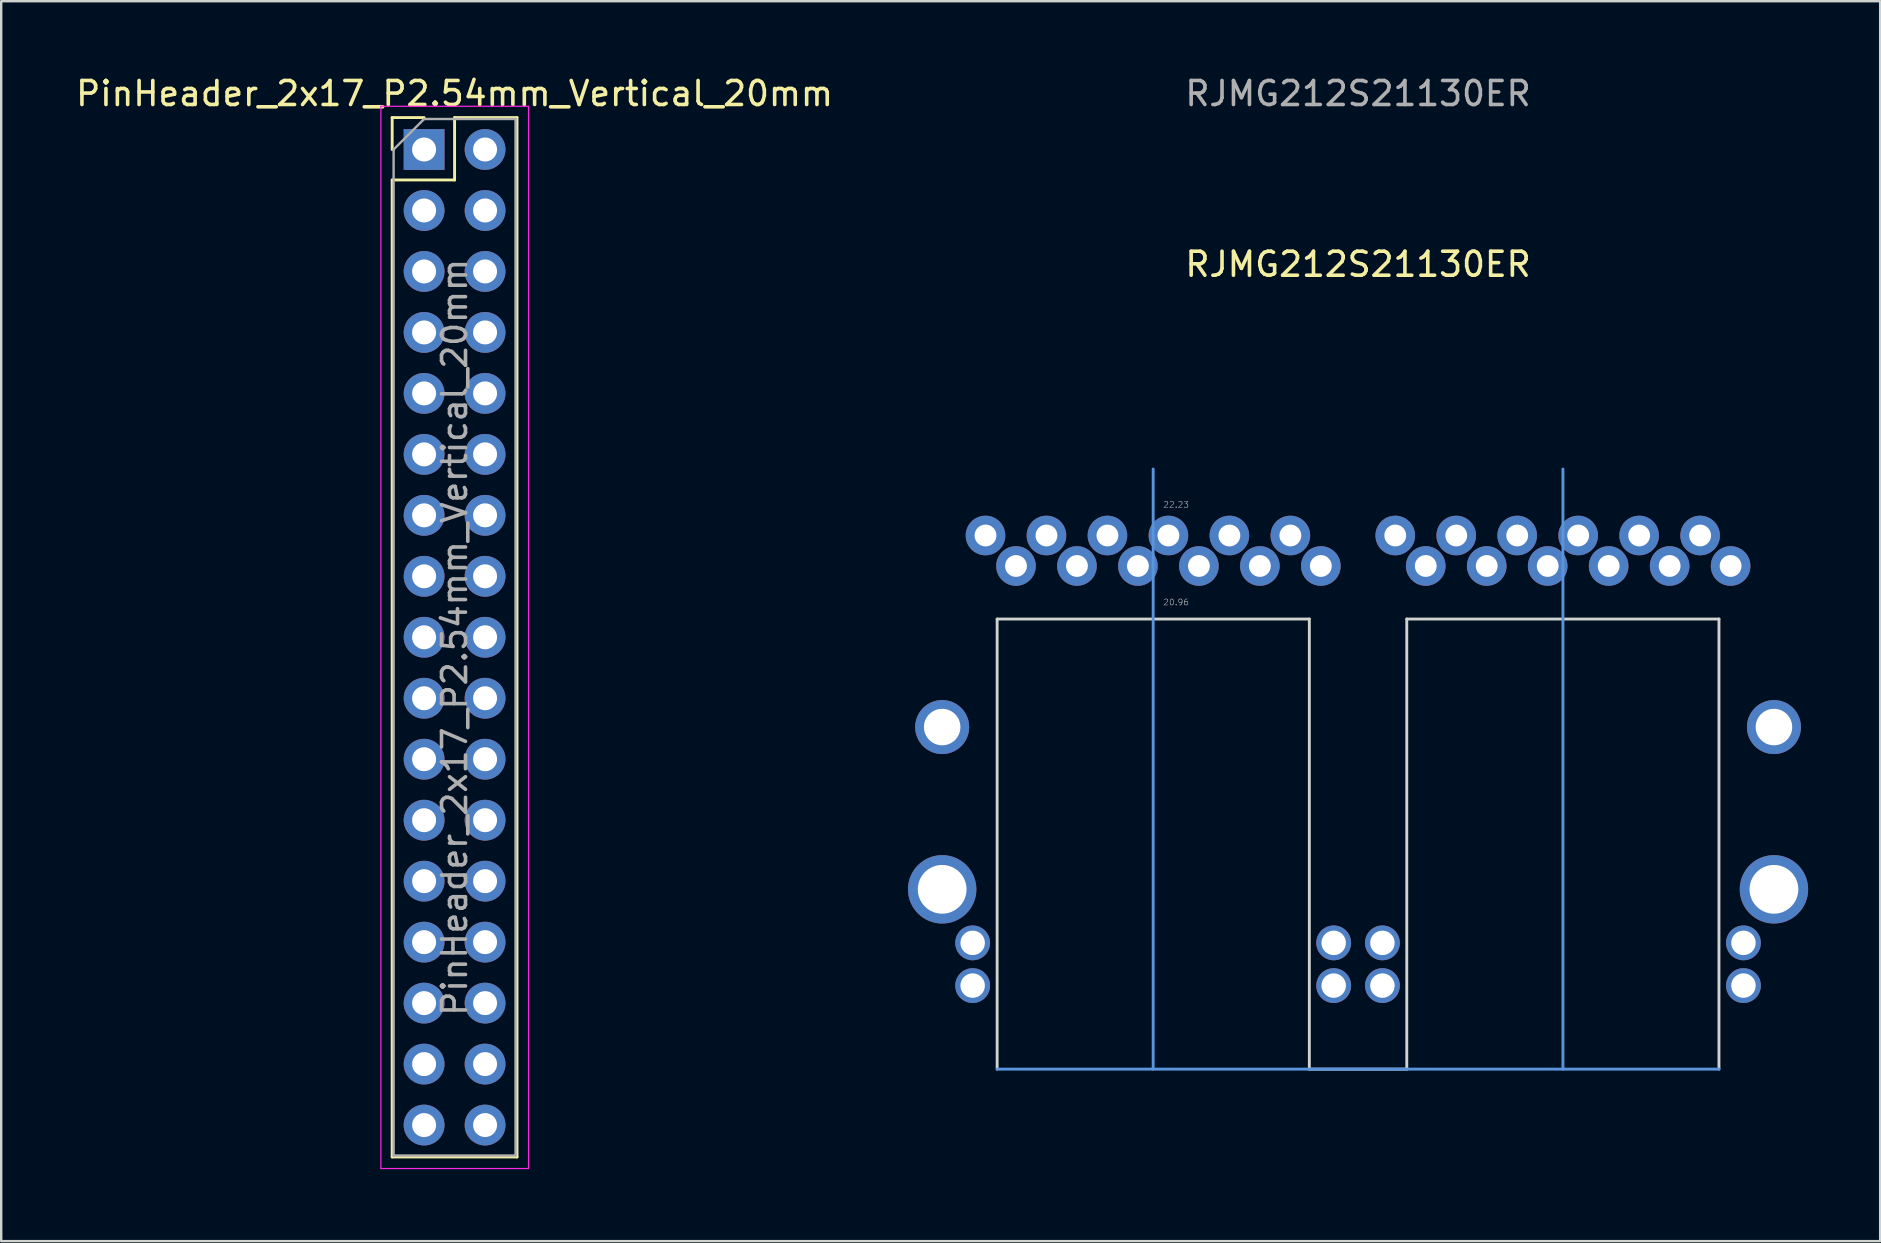
<source format=kicad_pcb>
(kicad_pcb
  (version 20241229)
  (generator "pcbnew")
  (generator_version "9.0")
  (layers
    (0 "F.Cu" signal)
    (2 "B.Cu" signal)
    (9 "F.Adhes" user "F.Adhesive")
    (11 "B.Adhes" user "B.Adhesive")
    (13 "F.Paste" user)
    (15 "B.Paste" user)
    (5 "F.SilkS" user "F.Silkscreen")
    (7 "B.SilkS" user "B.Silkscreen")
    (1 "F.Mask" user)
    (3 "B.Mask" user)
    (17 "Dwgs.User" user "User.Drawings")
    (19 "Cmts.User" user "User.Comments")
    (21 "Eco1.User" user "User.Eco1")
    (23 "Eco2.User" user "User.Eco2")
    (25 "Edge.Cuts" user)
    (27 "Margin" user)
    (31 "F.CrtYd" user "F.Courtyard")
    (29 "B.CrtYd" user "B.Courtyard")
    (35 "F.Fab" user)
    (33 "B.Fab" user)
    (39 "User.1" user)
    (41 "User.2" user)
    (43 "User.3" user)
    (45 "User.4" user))
  (footprint "RJMG212S21130ER"
    (layer "F.Cu")
    (at 53.524 41.488)
    (property "Reference" "RJMG212S21130ER" (at 0 -33.528 0) (unlocked yes) (layer "F.SilkS") (effects (font (size 1 1) (thickness 0.15))))
    (attr through_hole)
    (fp_line (start -15.035 0) (end 15.035 0) (stroke (width 0.12) (type default)) (layer "Cmts.User"))
    (fp_line (start -8.535 0) (end -8.535 -25) (stroke (width 0.12) (type default)) (layer "Cmts.User"))
    (fp_line (start 8.535 -25) (end 8.535 0) (stroke (width 0.12) (type default)) (layer "Cmts.User"))
    (fp_line (start -15.035 -18.75) (end -15.035 0) (stroke (width 0.12) (type default)) (layer "Edge.Cuts"))
    (fp_line (start -15.035 -18.75) (end -2.03 -18.75) (stroke (width 0.12) (type default)) (layer "Edge.Cuts"))
    (fp_line (start -2.03 0) (end -2.03 -18.75) (stroke (width 0.12) (type default)) (layer "Edge.Cuts"))
    (fp_line (start -2.028 0) (end 2.032 0) (stroke (width 0.12) (type default)) (layer "Edge.Cuts"))
    (fp_line (start 2.03 -18.75) (end 2.03 0) (stroke (width 0.12) (type default)) (layer "Edge.Cuts"))
    (fp_line (start 2.03 -18.75) (end 15.035 -18.75) (stroke (width 0.12) (type default)) (layer "Edge.Cuts"))
    (fp_line (start 15.035 0) (end 15.035 -18.75) (stroke (width 0.12) (type default)) (layer "Edge.Cuts"))
    (fp_text user "20.96" (at -8.128 -19.304 0) (unlocked yes) (layer "Dwgs.User") (effects (font (size 0.25 0.25) (thickness 0.02)) (justify left bottom)))
    (fp_text user "22.23" (at -8.128 -23.368 0) (unlocked yes) (layer "Dwgs.User") (effects (font (size 0.25 0.25) (thickness 0.02)) (justify left bottom)))
    (fp_text user "${REFERENCE}" (at 0 -40.64 0) (unlocked yes) (layer "F.Fab") (effects (font (size 1 1) (thickness 0.15))))
    (pad "A1" thru_hole circle (at 15.52 -20.96 180) (size 1.65 1.65) (drill 0.91) (layers "*.Cu" "*.Mask"))
    (pad "A2" thru_hole circle (at 14.25 -22.23 180) (size 1.65 1.65) (drill 0.91) (layers "*.Cu" "*.Mask"))
    (pad "A3" thru_hole circle (at 12.98 -20.96 180) (size 1.65 1.65) (drill 0.91) (layers "*.Cu" "*.Mask"))
    (pad "A4" thru_hole circle (at 11.71 -22.23 180) (size 1.65 1.65) (drill 0.91) (layers "*.Cu" "*.Mask"))
    (pad "A5" thru_hole circle (at 10.44 -20.96 180) (size 1.65 1.65) (drill 0.91) (layers "*.Cu" "*.Mask"))
    (pad "A6" thru_hole circle (at 9.17 -22.23 180) (size 1.65 1.65) (drill 0.91) (layers "*.Cu" "*.Mask"))
    (pad "A7" thru_hole circle (at 7.9 -20.96 180) (size 1.65 1.65) (drill 0.91) (layers "*.Cu" "*.Mask"))
    (pad "A8" thru_hole circle (at 6.63 -22.23 180) (size 1.65 1.65) (drill 0.91) (layers "*.Cu" "*.Mask"))
    (pad "A9" thru_hole circle (at 5.36 -20.96 180) (size 1.65 1.65) (drill 0.91) (layers "*.Cu" "*.Mask"))
    (pad "A10" thru_hole circle (at 4.09 -22.23 180) (size 1.65 1.65) (drill 0.91) (layers "*.Cu" "*.Mask"))
    (pad "A11" thru_hole circle (at 2.82 -20.96 180) (size 1.65 1.65) (drill 0.91) (layers "*.Cu" "*.Mask"))
    (pad "A12" thru_hole circle (at 1.55 -22.23 180) (size 1.65 1.65) (drill 0.91) (layers "*.Cu" "*.Mask"))
    (pad "AL1" thru_hole circle (at 1.015 -5.26) (size 1.45 1.45) (drill 1.02) (layers "*.Cu" "*.Mask"))
    (pad "AL2" thru_hole circle (at 1.015 -3.48) (size 1.45 1.45) (drill 1.02) (layers "*.Cu" "*.Mask"))
    (pad "AL3" thru_hole circle (at 16.055 -5.26) (size 1.45 1.45) (drill 1.02) (layers "*.Cu" "*.Mask"))
    (pad "AL4" thru_hole circle (at 16.055 -3.48) (size 1.45 1.45) (drill 1.02) (layers "*.Cu" "*.Mask"))
    (pad "B1" thru_hole circle (at -1.55 -20.96 180) (size 1.65 1.65) (drill 0.91) (layers "*.Cu" "*.Mask"))
    (pad "B2" thru_hole circle (at -2.82 -22.23 180) (size 1.65 1.65) (drill 0.91) (layers "*.Cu" "*.Mask"))
    (pad "B3" thru_hole circle (at -4.09 -20.96 180) (size 1.65 1.65) (drill 0.91) (layers "*.Cu" "*.Mask"))
    (pad "B4" thru_hole circle (at -5.36 -22.23 180) (size 1.65 1.65) (drill 0.91) (layers "*.Cu" "*.Mask"))
    (pad "B5" thru_hole circle (at -6.63 -20.96 180) (size 1.65 1.65) (drill 0.91) (layers "*.Cu" "*.Mask"))
    (pad "B6" thru_hole circle (at -7.9 -22.23 180) (size 1.65 1.65) (drill 0.91) (layers "*.Cu" "*.Mask"))
    (pad "B7" thru_hole circle (at -9.17 -20.96 180) (size 1.65 1.65) (drill 0.91) (layers "*.Cu" "*.Mask"))
    (pad "B8" thru_hole circle (at -10.44 -22.23 180) (size 1.65 1.65) (drill 0.91) (layers "*.Cu" "*.Mask"))
    (pad "B9" thru_hole circle (at -11.71 -20.96 180) (size 1.65 1.65) (drill 0.91) (layers "*.Cu" "*.Mask"))
    (pad "B10" thru_hole circle (at -12.98 -22.23 180) (size 1.65 1.65) (drill 0.91) (layers "*.Cu" "*.Mask"))
    (pad "B11" thru_hole circle (at -14.25 -20.96 180) (size 1.65 1.65) (drill 0.91) (layers "*.Cu" "*.Mask"))
    (pad "B12" thru_hole circle (at -15.52 -22.23 180) (size 1.65 1.65) (drill 0.91) (layers "*.Cu" "*.Mask"))
    (pad "BL1" thru_hole circle (at -1.015 -5.26) (size 1.45 1.45) (drill 1.02) (layers "*.Cu" "*.Mask"))
    (pad "BL2" thru_hole circle (at -1.015 -3.48) (size 1.45 1.45) (drill 1.02) (layers "*.Cu" "*.Mask"))
    (pad "BL3" thru_hole circle (at -16.055 -5.26) (size 1.45 1.45) (drill 1.02) (layers "*.Cu" "*.Mask"))
    (pad "BL4" thru_hole circle (at -16.055 -3.48) (size 1.45 1.45) (drill 1.02) (layers "*.Cu" "*.Mask"))
    (pad "SH" thru_hole circle (at -17.325 -14.25) (size 2.25 2.25) (drill 1.52) (layers "*.Cu" "*.Mask"))
    (pad "SH" thru_hole circle (at -17.325 -7.49) (size 2.85 2.85) (drill 2.03) (layers "*.Cu" "*.Mask"))
    (pad "SH" thru_hole circle (at 17.325 -14.25) (size 2.25 2.25) (drill 1.52) (layers "*.Cu" "*.Mask"))
    (pad "SH" thru_hole circle (at 17.325 -7.49) (size 2.85 2.85) (drill 2.03) (layers "*.Cu" "*.Mask")))
  (footprint "PinHeader_2x17_P2.54mm_Vertical_20mm"
    (layer "F.Cu")
    (at 14.617 3.178)
    (property "Reference" "PinHeader_2x17_P2.54mm_Vertical_20mm" (at 1.27 -2.33 0) (layer "F.SilkS") (effects (font (size 1 1) (thickness 0.15))))
    (attr through_hole)
    (fp_line (start -1.33 -1.33) (end 0 -1.33) (stroke (width 0.12) (type solid)) (layer "F.SilkS"))
    (fp_line (start -1.33 0) (end -1.33 -1.33) (stroke (width 0.12) (type solid)) (layer "F.SilkS"))
    (fp_line (start -1.33 1.27) (end -1.33 41.97) (stroke (width 0.12) (type solid)) (layer "F.SilkS"))
    (fp_line (start -1.33 1.27) (end 1.27 1.27) (stroke (width 0.12) (type solid)) (layer "F.SilkS"))
    (fp_line (start -1.33 41.97) (end 3.87 41.97) (stroke (width 0.12) (type solid)) (layer "F.SilkS"))
    (fp_line (start 1.27 -1.33) (end 3.87 -1.33) (stroke (width 0.12) (type solid)) (layer "F.SilkS"))
    (fp_line (start 1.27 1.27) (end 1.27 -1.33) (stroke (width 0.12) (type solid)) (layer "F.SilkS"))
    (fp_line (start 3.87 -1.33) (end 3.87 41.97) (stroke (width 0.12) (type solid)) (layer "F.SilkS"))
    (fp_line (start -1.8 -1.8) (end -1.8 42.45) (stroke (width 0.05) (type solid)) (layer "F.CrtYd"))
    (fp_line (start -1.8 42.45) (end 4.35 42.45) (stroke (width 0.05) (type solid)) (layer "F.CrtYd"))
    (fp_line (start 4.35 -1.8) (end -1.8 -1.8) (stroke (width 0.05) (type solid)) (layer "F.CrtYd"))
    (fp_line (start 4.35 42.45) (end 4.35 -1.8) (stroke (width 0.05) (type solid)) (layer "F.CrtYd"))
    (fp_line (start -1.27 0) (end 0 -1.27) (stroke (width 0.1) (type solid)) (layer "F.Fab"))
    (fp_line (start -1.27 41.91) (end -1.27 0) (stroke (width 0.1) (type solid)) (layer "F.Fab"))
    (fp_line (start 0 -1.27) (end 3.81 -1.27) (stroke (width 0.1) (type solid)) (layer "F.Fab"))
    (fp_line (start 3.81 -1.27) (end 3.81 41.91) (stroke (width 0.1) (type solid)) (layer "F.Fab"))
    (fp_line (start 3.81 41.91) (end -1.27 41.91) (stroke (width 0.1) (type solid)) (layer "F.Fab"))
    (fp_text user "${REFERENCE}" (at 1.27 20.32 90) (layer "F.Fab") (effects (font (size 1 1) (thickness 0.15))))
    (pad "1" thru_hole rect (at 0 0) (size 1.7 1.7) (drill 1) (layers "*.Cu" "*.Mask"))
    (pad "2" thru_hole oval (at 2.54 0) (size 1.7 1.7) (drill 1) (layers "*.Cu" "*.Mask"))
    (pad "3" thru_hole oval (at 0 2.54) (size 1.7 1.7) (drill 1) (layers "*.Cu" "*.Mask"))
    (pad "4" thru_hole oval (at 2.54 2.54) (size 1.7 1.7) (drill 1) (layers "*.Cu" "*.Mask"))
    (pad "5" thru_hole oval (at 0 5.08) (size 1.7 1.7) (drill 1) (layers "*.Cu" "*.Mask"))
    (pad "6" thru_hole oval (at 2.54 5.08) (size 1.7 1.7) (drill 1) (layers "*.Cu" "*.Mask"))
    (pad "7" thru_hole oval (at 0 7.62) (size 1.7 1.7) (drill 1) (layers "*.Cu" "*.Mask"))
    (pad "8" thru_hole oval (at 2.54 7.62) (size 1.7 1.7) (drill 1) (layers "*.Cu" "*.Mask"))
    (pad "9" thru_hole oval (at 0 10.16) (size 1.7 1.7) (drill 1) (layers "*.Cu" "*.Mask"))
    (pad "10" thru_hole oval (at 2.54 10.16) (size 1.7 1.7) (drill 1) (layers "*.Cu" "*.Mask"))
    (pad "11" thru_hole oval (at 0 12.7) (size 1.7 1.7) (drill 1) (layers "*.Cu" "*.Mask"))
    (pad "12" thru_hole oval (at 2.54 12.7) (size 1.7 1.7) (drill 1) (layers "*.Cu" "*.Mask"))
    (pad "13" thru_hole oval (at 0 15.24) (size 1.7 1.7) (drill 1) (layers "*.Cu" "*.Mask"))
    (pad "14" thru_hole oval (at 2.54 15.24) (size 1.7 1.7) (drill 1) (layers "*.Cu" "*.Mask"))
    (pad "15" thru_hole oval (at 0 17.78) (size 1.7 1.7) (drill 1) (layers "*.Cu" "*.Mask"))
    (pad "16" thru_hole oval (at 2.54 17.78) (size 1.7 1.7) (drill 1) (layers "*.Cu" "*.Mask"))
    (pad "17" thru_hole oval (at 0 20.32) (size 1.7 1.7) (drill 1) (layers "*.Cu" "*.Mask"))
    (pad "18" thru_hole oval (at 2.54 20.32) (size 1.7 1.7) (drill 1) (layers "*.Cu" "*.Mask"))
    (pad "19" thru_hole oval (at 0 22.86) (size 1.7 1.7) (drill 1) (layers "*.Cu" "*.Mask"))
    (pad "20" thru_hole oval (at 2.54 22.86) (size 1.7 1.7) (drill 1) (layers "*.Cu" "*.Mask"))
    (pad "21" thru_hole oval (at 0 25.4) (size 1.7 1.7) (drill 1) (layers "*.Cu" "*.Mask"))
    (pad "22" thru_hole oval (at 2.54 25.4) (size 1.7 1.7) (drill 1) (layers "*.Cu" "*.Mask"))
    (pad "23" thru_hole oval (at 0 27.94) (size 1.7 1.7) (drill 1) (layers "*.Cu" "*.Mask"))
    (pad "24" thru_hole oval (at 2.54 27.94) (size 1.7 1.7) (drill 1) (layers "*.Cu" "*.Mask"))
    (pad "25" thru_hole oval (at 0 30.48) (size 1.7 1.7) (drill 1) (layers "*.Cu" "*.Mask"))
    (pad "26" thru_hole oval (at 2.54 30.48) (size 1.7 1.7) (drill 1) (layers "*.Cu" "*.Mask"))
    (pad "27" thru_hole oval (at 0 33.02) (size 1.7 1.7) (drill 1) (layers "*.Cu" "*.Mask"))
    (pad "28" thru_hole oval (at 2.54 33.02) (size 1.7 1.7) (drill 1) (layers "*.Cu" "*.Mask"))
    (pad "29" thru_hole oval (at 0 35.56) (size 1.7 1.7) (drill 1) (layers "*.Cu" "*.Mask"))
    (pad "30" thru_hole oval (at 2.54 35.56) (size 1.7 1.7) (drill 1) (layers "*.Cu" "*.Mask"))
    (pad "31" thru_hole oval (at 0 38.1) (size 1.7 1.7) (drill 1) (layers "*.Cu" "*.Mask"))
    (pad "32" thru_hole oval (at 2.54 38.1) (size 1.7 1.7) (drill 1) (layers "*.Cu" "*.Mask"))
    (pad "33" thru_hole oval (at 0 40.64) (size 1.7 1.7) (drill 1) (layers "*.Cu" "*.Mask"))
    (pad "34" thru_hole oval (at 2.54 40.64) (size 1.7 1.7) (drill 1) (layers "*.Cu" "*.Mask")))
  (gr_rect
    (start -3 -3)
    (end 75.274 48.653)
    (stroke (width 0.1) (type default))
    (fill no)
    (layer "Edge.Cuts")))
</source>
